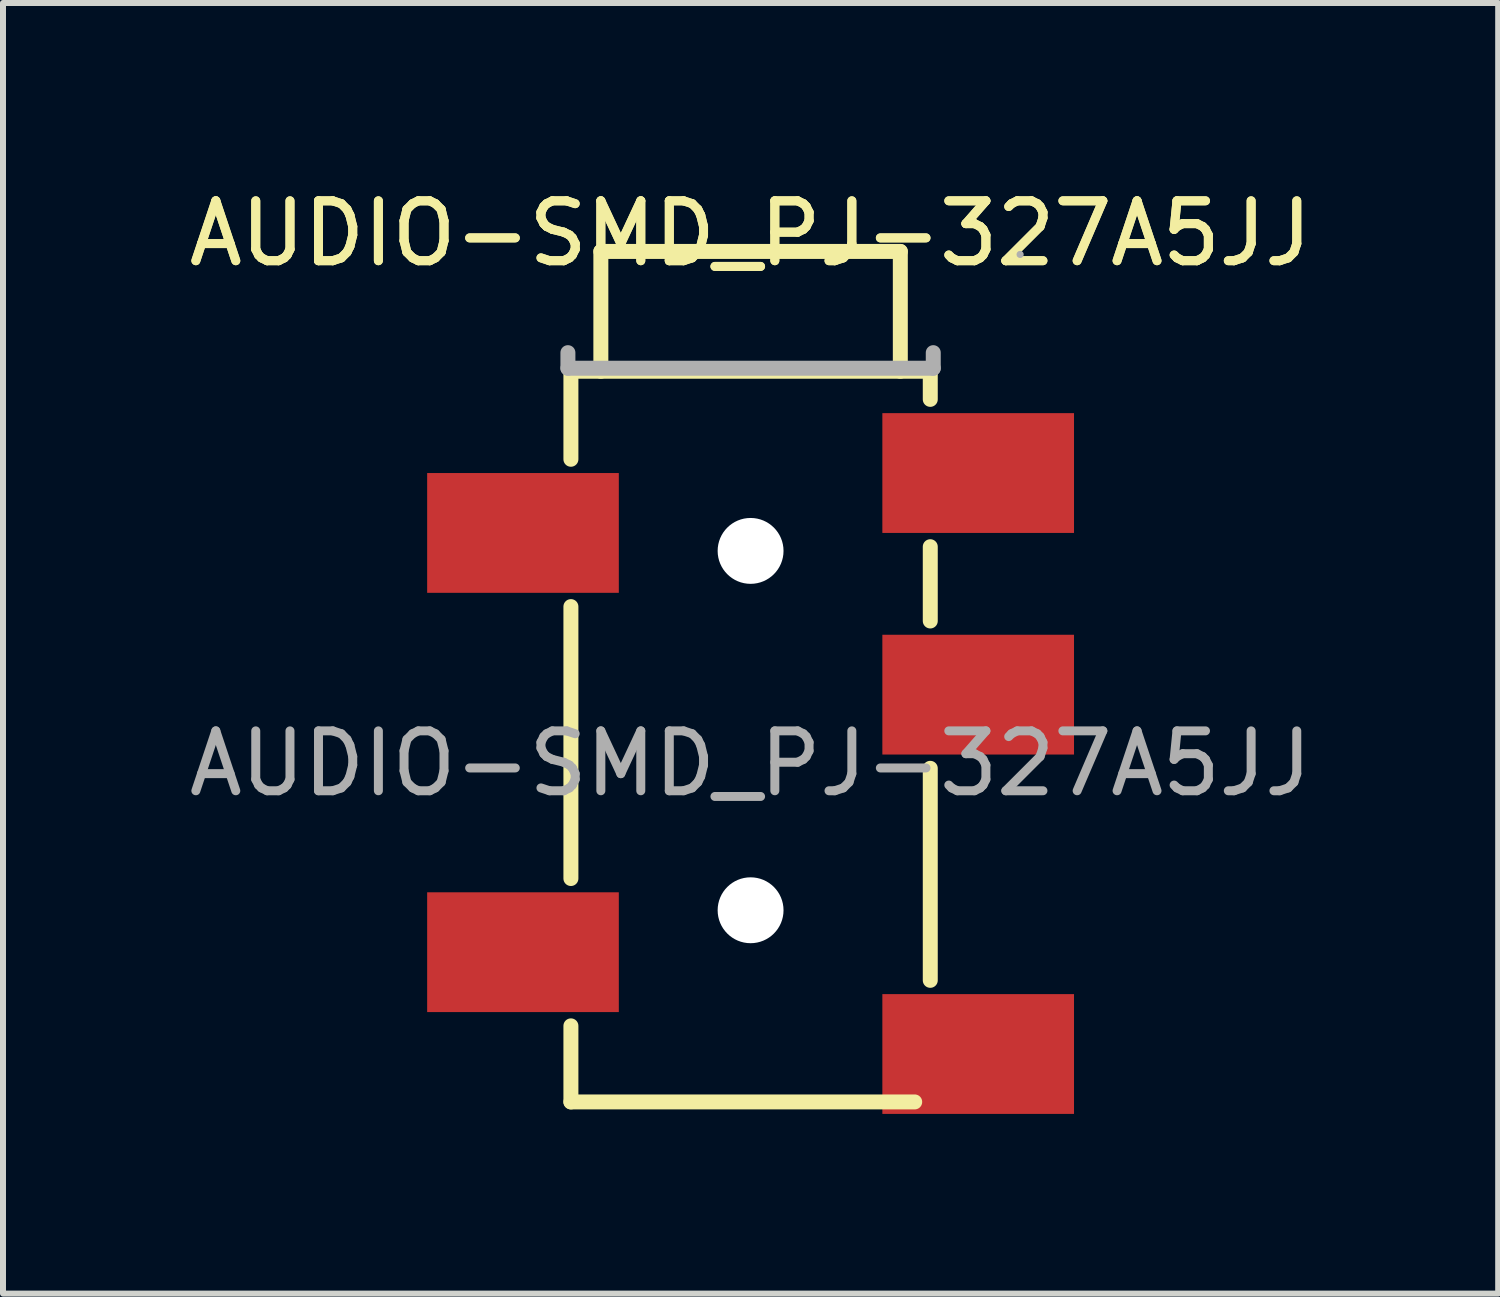
<source format=kicad_pcb>
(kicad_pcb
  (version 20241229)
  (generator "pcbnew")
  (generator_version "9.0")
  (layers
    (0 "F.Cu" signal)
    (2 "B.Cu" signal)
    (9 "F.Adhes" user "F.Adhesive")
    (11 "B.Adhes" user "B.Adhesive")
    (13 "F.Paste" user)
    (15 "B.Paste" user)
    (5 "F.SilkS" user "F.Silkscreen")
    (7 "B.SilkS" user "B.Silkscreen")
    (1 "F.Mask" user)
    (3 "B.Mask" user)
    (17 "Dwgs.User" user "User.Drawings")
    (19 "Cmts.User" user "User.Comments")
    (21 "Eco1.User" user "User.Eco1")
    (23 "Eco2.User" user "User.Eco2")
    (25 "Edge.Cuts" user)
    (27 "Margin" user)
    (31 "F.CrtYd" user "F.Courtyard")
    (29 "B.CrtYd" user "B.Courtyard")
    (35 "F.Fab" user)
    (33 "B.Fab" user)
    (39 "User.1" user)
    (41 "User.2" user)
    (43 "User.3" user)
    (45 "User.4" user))
  (footprint "AUDIO-SMD_PJ-327A5JJ"
    (layer "F.Cu")
    (at 9.482 9.698)
    (property "Reference" "AUDIO-SMD_PJ-327A5JJ" (at 0 -8.85 0) (layer "F.SilkS") (effects (font (size 1 1) (thickness 0.15))))
    (attr smd)
    (fp_line (start -3 -6.55) (end -3 -5.08) (stroke (width 0.25) (type solid)) (layer "F.SilkS"))
    (fp_line (start -3 -2.62) (end -3 1.92) (stroke (width 0.25) (type solid)) (layer "F.SilkS"))
    (fp_line (start -3 4.38) (end -3 5.65) (stroke (width 0.25) (type solid)) (layer "F.SilkS"))
    (fp_line (start -3 5.65) (end 2.74 5.65) (stroke (width 0.25) (type solid)) (layer "F.SilkS"))
    (fp_line (start -2.5 -6.55) (end -2.5 -8.55) (stroke (width 0.25) (type solid)) (layer "F.SilkS"))
    (fp_line (start 2.5 -8.55) (end -2.5 -8.55) (stroke (width 0.25) (type solid)) (layer "F.SilkS"))
    (fp_line (start 2.5 -6.55) (end 2.5 -8.55) (stroke (width 0.25) (type solid)) (layer "F.SilkS"))
    (fp_line (start 3 -6.55) (end -3 -6.55) (stroke (width 0.25) (type solid)) (layer "F.SilkS"))
    (fp_line (start 3 -6.55) (end 3 -6.08) (stroke (width 0.25) (type solid)) (layer "F.SilkS"))
    (fp_line (start 3 -3.62) (end 3 -2.38) (stroke (width 0.25) (type solid)) (layer "F.SilkS"))
    (fp_line (start 3 0.08) (end 3 3.62) (stroke (width 0.25) (type solid)) (layer "F.SilkS"))
    (fp_line (start -3.05 -6.86) (end -3.05 -6.6) (stroke (width 0.25) (type solid)) (layer "F.Fab"))
    (fp_line (start -3.05 -6.6) (end 3.05 -6.6) (stroke (width 0.25) (type solid)) (layer "F.Fab"))
    (fp_line (start 3.05 -6.6) (end 3.05 -6.86) (stroke (width 0.25) (type solid)) (layer "F.Fab"))
    (fp_circle (center 0 -3.55) (end 0.23 -3.55) (stroke (width 0.45) (type solid)) (fill no) (layer "F.Fab"))
    (fp_circle (center 0 2.45) (end 0.23 2.45) (stroke (width 0.45) (type solid)) (fill no) (layer "F.Fab"))
    (fp_circle (center 4.5 -8.5) (end 4.53 -8.5) (stroke (width 0.06) (type solid)) (fill no) (layer "F.Fab"))
    (fp_text user "${REFERENCE}" (at 0 -8.85 0) (layer "F.SilkS") (effects (font (size 1 1) (thickness 0.15))))
    (fp_text user "${REFERENCE}" (at 0 0 0) (layer "F.Fab") (effects (font (size 1 1) (thickness 0.15))))
    (pad "" np_thru_hole circle (at 0 -3.55) (size 1.1 1.1) (drill 1.1) (layers "*.Cu" "*.Mask"))
    (pad "" np_thru_hole circle (at 0 2.45) (size 1.1 1.1) (drill 1.1) (layers "*.Cu" "*.Mask"))
    (pad "1" smd rect (at 3.8 -4.85 270) (size 2 3.2) (layers "F.Cu" "F.Mask" "F.Paste"))
    (pad "2" smd rect (at -3.8 -3.85 270) (size 2 3.2) (layers "F.Cu" "F.Mask" "F.Paste"))
    (pad "3" smd rect (at 3.8 -1.15 270) (size 2 3.2) (layers "F.Cu" "F.Mask" "F.Paste"))
    (pad "4" smd rect (at -3.8 3.15 270) (size 2 3.2) (layers "F.Cu" "F.Mask" "F.Paste"))
    (pad "5" smd rect (at 3.8 4.85 270) (size 2 3.2) (layers "F.Cu" "F.Mask" "F.Paste")))
  (gr_rect
    (start -3 -3)
    (end 21.964 18.548)
    (stroke (width 0.1) (type default))
    (fill no)
    (layer "Edge.Cuts")))
</source>
